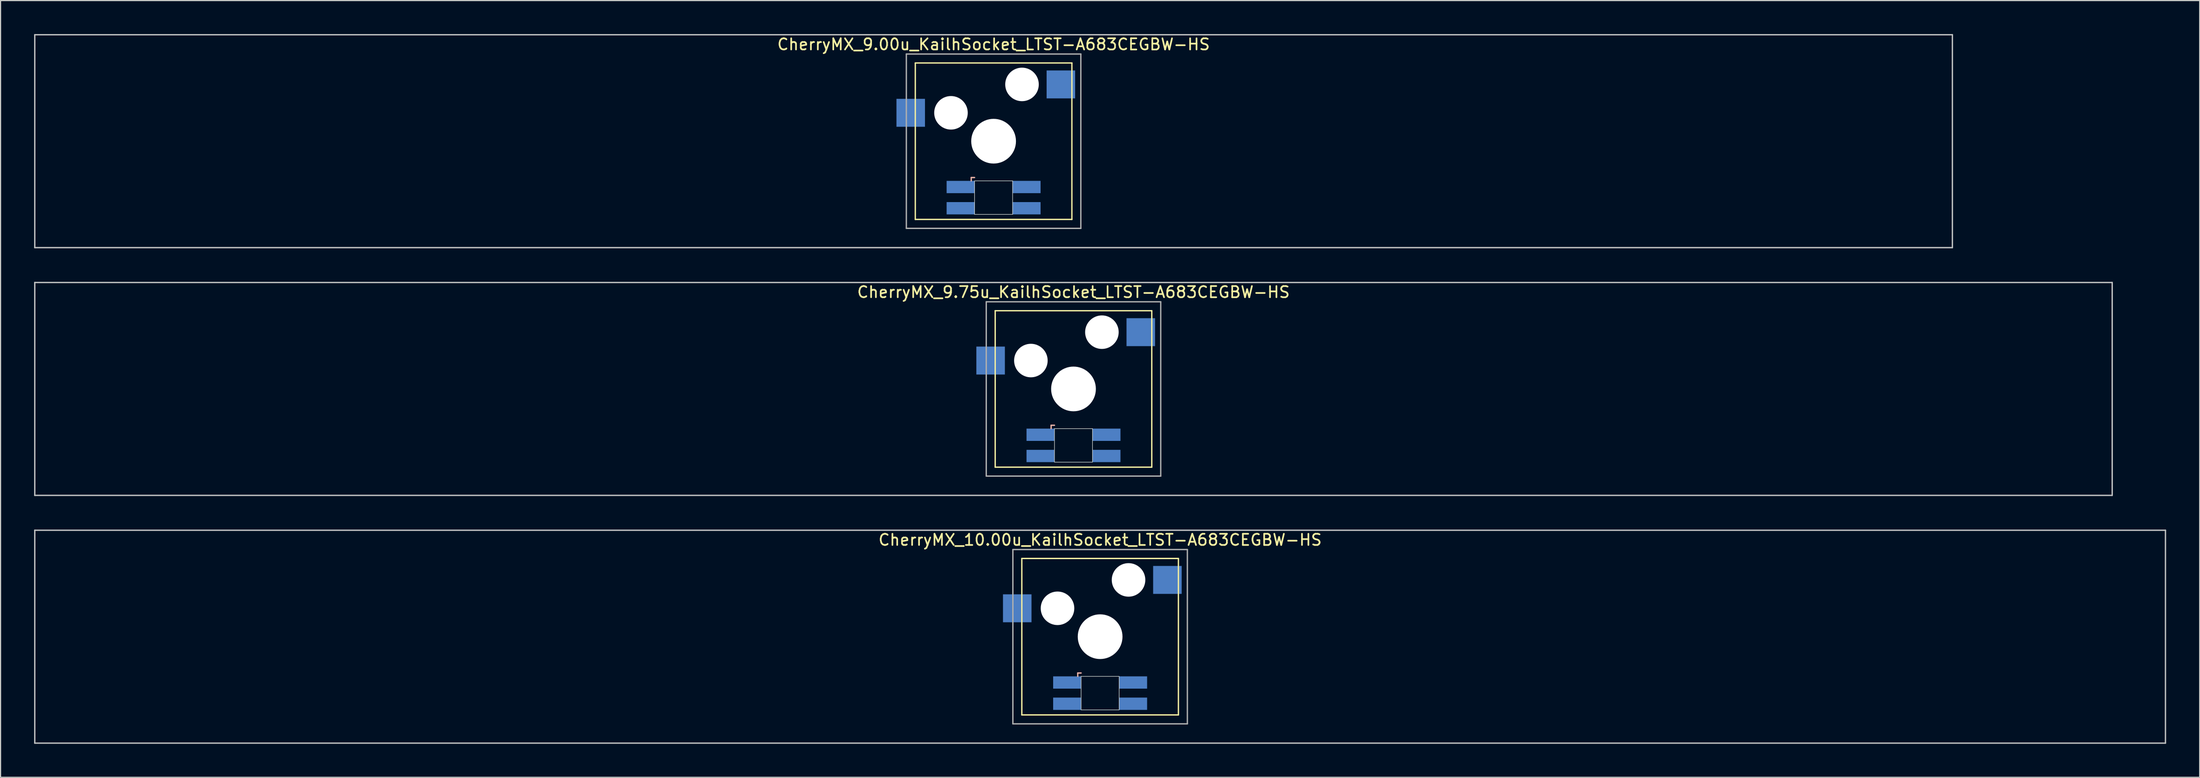
<source format=kicad_pcb>
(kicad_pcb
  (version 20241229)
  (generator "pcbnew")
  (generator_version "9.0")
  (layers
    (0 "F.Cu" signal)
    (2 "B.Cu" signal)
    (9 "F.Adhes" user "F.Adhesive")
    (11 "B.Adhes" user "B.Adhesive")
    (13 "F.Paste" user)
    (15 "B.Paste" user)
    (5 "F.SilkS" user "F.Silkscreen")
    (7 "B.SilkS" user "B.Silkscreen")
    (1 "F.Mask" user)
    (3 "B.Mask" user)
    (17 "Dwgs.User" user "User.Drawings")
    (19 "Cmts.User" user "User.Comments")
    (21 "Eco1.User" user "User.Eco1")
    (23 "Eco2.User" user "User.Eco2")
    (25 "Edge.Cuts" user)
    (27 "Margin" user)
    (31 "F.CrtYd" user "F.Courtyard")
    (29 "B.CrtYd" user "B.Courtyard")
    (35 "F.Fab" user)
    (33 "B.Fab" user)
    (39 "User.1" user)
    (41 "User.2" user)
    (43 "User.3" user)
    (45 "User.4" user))
  (footprint "CherryMX_9.75u_KailhSocket_LTST-A683CEGBW-HS"
    (layer "F.Cu")
    (at 92.929 31.755)
    (property "Reference" "CherryMX_9.75u_KailhSocket_LTST-A683CEGBW-HS" (at 0 -8.662 0) (layer "F.SilkS") (effects (font (size 1 1) (thickness 0.15))))
    (attr through_hole)
    (fp_line (start -7 -7) (end -7 7) (stroke (width 0.12) (type solid)) (layer "F.SilkS"))
    (fp_line (start -7 -7) (end 7 -7) (stroke (width 0.12) (type solid)) (layer "F.SilkS"))
    (fp_line (start 7 -7) (end 7 7) (stroke (width 0.12) (type solid)) (layer "F.SilkS"))
    (fp_line (start 7 7) (end -7 7) (stroke (width 0.12) (type solid)) (layer "F.SilkS"))
    (fp_line (start -2 3.25) (end -2 3.55) (stroke (width 0.12) (type solid)) (layer "B.SilkS"))
    (fp_line (start -1.7 3.25) (end -2 3.25) (stroke (width 0.12) (type solid)) (layer "B.SilkS"))
    (fp_line (start -92.869 -9.525) (end 92.869 -9.525) (stroke (width 0.12) (type solid)) (layer "Dwgs.User"))
    (fp_line (start -92.869 9.525) (end -92.869 -9.525) (stroke (width 0.12) (type solid)) (layer "Dwgs.User"))
    (fp_line (start 92.869 -9.525) (end 92.869 9.525) (stroke (width 0.12) (type solid)) (layer "Dwgs.User"))
    (fp_line (start 92.869 9.525) (end -92.869 9.525) (stroke (width 0.12) (type solid)) (layer "Dwgs.User"))
    (fp_line (start -1.7 3.55) (end 1.7 3.55) (stroke (width 0.05) (type solid)) (layer "Edge.Cuts"))
    (fp_line (start -1.7 6.55) (end -1.7 3.55) (stroke (width 0.05) (type solid)) (layer "Edge.Cuts"))
    (fp_line (start 1.7 3.55) (end 1.7 6.55) (stroke (width 0.05) (type solid)) (layer "Edge.Cuts"))
    (fp_line (start 1.7 6.55) (end -1.7 6.55) (stroke (width 0.05) (type solid)) (layer "Edge.Cuts"))
    (fp_line (start -7.8 -7.8) (end -7.8 7.8) (stroke (width 0.12) (type solid)) (layer "F.Fab"))
    (fp_line (start -7.8 -7.8) (end 7.8 -7.8) (stroke (width 0.12) (type solid)) (layer "F.Fab"))
    (fp_line (start -7.8 7.8) (end 7.8 7.8) (stroke (width 0.12) (type solid)) (layer "F.Fab"))
    (fp_line (start 7.8 -7.8) (end 7.8 7.8) (stroke (width 0.12) (type solid)) (layer "F.Fab"))
    (pad "" np_thru_hole circle (at -3.81 -2.54) (size 3 3) (drill 3) (layers "*.Cu" "*.Mask"))
    (pad "" np_thru_hole circle (at 0 0) (size 4 4) (drill 4) (layers "*.Cu" "*.Mask"))
    (pad "" np_thru_hole circle (at 2.54 -5.08) (size 3 3) (drill 3) (layers "*.Cu" "*.Mask"))
    (pad "1" smd rect (at -7.41 -2.54) (size 2.55 2.5) (layers "B.Cu" "B.Mask" "B.Paste"))
    (pad "2" smd rect (at 6.015 -5.08) (size 2.55 2.5) (layers "B.Cu" "B.Mask" "B.Paste"))
    (pad "3" smd rect (at -2.95 4.1) (size 2.5 1.1) (layers "B.Cu" "B.Mask" "B.Paste"))
    (pad "4" smd rect (at -2.95 6) (size 2.5 1.1) (layers "B.Cu" "B.Mask" "B.Paste"))
    (pad "5" smd rect (at 2.95 4.1) (size 2.5 1.1) (layers "B.Cu" "B.Mask" "B.Paste"))
    (pad "6" smd rect (at 2.95 6) (size 2.5 1.1) (layers "B.Cu" "B.Mask" "B.Paste")))
  (footprint "CherryMX_9.00u_KailhSocket_LTST-A683CEGBW-HS"
    (layer "F.Cu")
    (at 85.785 9.585)
    (property "Reference" "CherryMX_9.00u_KailhSocket_LTST-A683CEGBW-HS" (at 0 -8.662 0) (layer "F.SilkS") (effects (font (size 1 1) (thickness 0.15))))
    (attr through_hole)
    (fp_line (start -7 -7) (end -7 7) (stroke (width 0.12) (type solid)) (layer "F.SilkS"))
    (fp_line (start -7 -7) (end 7 -7) (stroke (width 0.12) (type solid)) (layer "F.SilkS"))
    (fp_line (start 7 -7) (end 7 7) (stroke (width 0.12) (type solid)) (layer "F.SilkS"))
    (fp_line (start 7 7) (end -7 7) (stroke (width 0.12) (type solid)) (layer "F.SilkS"))
    (fp_line (start -2 3.25) (end -2 3.55) (stroke (width 0.12) (type solid)) (layer "B.SilkS"))
    (fp_line (start -1.7 3.25) (end -2 3.25) (stroke (width 0.12) (type solid)) (layer "B.SilkS"))
    (fp_line (start -85.725 -9.525) (end 85.725 -9.525) (stroke (width 0.12) (type solid)) (layer "Dwgs.User"))
    (fp_line (start -85.725 9.525) (end -85.725 -9.525) (stroke (width 0.12) (type solid)) (layer "Dwgs.User"))
    (fp_line (start 85.725 -9.525) (end 85.725 9.525) (stroke (width 0.12) (type solid)) (layer "Dwgs.User"))
    (fp_line (start 85.725 9.525) (end -85.725 9.525) (stroke (width 0.12) (type solid)) (layer "Dwgs.User"))
    (fp_line (start -1.7 3.55) (end 1.7 3.55) (stroke (width 0.05) (type solid)) (layer "Edge.Cuts"))
    (fp_line (start -1.7 6.55) (end -1.7 3.55) (stroke (width 0.05) (type solid)) (layer "Edge.Cuts"))
    (fp_line (start 1.7 3.55) (end 1.7 6.55) (stroke (width 0.05) (type solid)) (layer "Edge.Cuts"))
    (fp_line (start 1.7 6.55) (end -1.7 6.55) (stroke (width 0.05) (type solid)) (layer "Edge.Cuts"))
    (fp_line (start -7.8 -7.8) (end -7.8 7.8) (stroke (width 0.12) (type solid)) (layer "F.Fab"))
    (fp_line (start -7.8 -7.8) (end 7.8 -7.8) (stroke (width 0.12) (type solid)) (layer "F.Fab"))
    (fp_line (start -7.8 7.8) (end 7.8 7.8) (stroke (width 0.12) (type solid)) (layer "F.Fab"))
    (fp_line (start 7.8 -7.8) (end 7.8 7.8) (stroke (width 0.12) (type solid)) (layer "F.Fab"))
    (pad "" np_thru_hole circle (at -3.81 -2.54) (size 3 3) (drill 3) (layers "*.Cu" "*.Mask"))
    (pad "" np_thru_hole circle (at 0 0) (size 4 4) (drill 4) (layers "*.Cu" "*.Mask"))
    (pad "" np_thru_hole circle (at 2.54 -5.08) (size 3 3) (drill 3) (layers "*.Cu" "*.Mask"))
    (pad "1" smd rect (at -7.41 -2.54) (size 2.55 2.5) (layers "B.Cu" "B.Mask" "B.Paste"))
    (pad "2" smd rect (at 6.015 -5.08) (size 2.55 2.5) (layers "B.Cu" "B.Mask" "B.Paste"))
    (pad "3" smd rect (at -2.95 4.1) (size 2.5 1.1) (layers "B.Cu" "B.Mask" "B.Paste"))
    (pad "4" smd rect (at -2.95 6) (size 2.5 1.1) (layers "B.Cu" "B.Mask" "B.Paste"))
    (pad "5" smd rect (at 2.95 4.1) (size 2.5 1.1) (layers "B.Cu" "B.Mask" "B.Paste"))
    (pad "6" smd rect (at 2.95 6) (size 2.5 1.1) (layers "B.Cu" "B.Mask" "B.Paste")))
  (footprint "CherryMX_10.00u_KailhSocket_LTST-A683CEGBW-HS"
    (layer "F.Cu")
    (at 95.31 53.925)
    (property "Reference" "CherryMX_10.00u_KailhSocket_LTST-A683CEGBW-HS" (at 0 -8.662 0) (layer "F.SilkS") (effects (font (size 1 1) (thickness 0.15))))
    (attr through_hole)
    (fp_line (start -7 -7) (end -7 7) (stroke (width 0.12) (type solid)) (layer "F.SilkS"))
    (fp_line (start -7 -7) (end 7 -7) (stroke (width 0.12) (type solid)) (layer "F.SilkS"))
    (fp_line (start 7 -7) (end 7 7) (stroke (width 0.12) (type solid)) (layer "F.SilkS"))
    (fp_line (start 7 7) (end -7 7) (stroke (width 0.12) (type solid)) (layer "F.SilkS"))
    (fp_line (start -2 3.25) (end -2 3.55) (stroke (width 0.12) (type solid)) (layer "B.SilkS"))
    (fp_line (start -1.7 3.25) (end -2 3.25) (stroke (width 0.12) (type solid)) (layer "B.SilkS"))
    (fp_line (start -95.25 -9.525) (end 95.25 -9.525) (stroke (width 0.12) (type solid)) (layer "Dwgs.User"))
    (fp_line (start -95.25 9.525) (end -95.25 -9.525) (stroke (width 0.12) (type solid)) (layer "Dwgs.User"))
    (fp_line (start 95.25 -9.525) (end 95.25 9.525) (stroke (width 0.12) (type solid)) (layer "Dwgs.User"))
    (fp_line (start 95.25 9.525) (end -95.25 9.525) (stroke (width 0.12) (type solid)) (layer "Dwgs.User"))
    (fp_line (start -1.7 3.55) (end 1.7 3.55) (stroke (width 0.05) (type solid)) (layer "Edge.Cuts"))
    (fp_line (start -1.7 6.55) (end -1.7 3.55) (stroke (width 0.05) (type solid)) (layer "Edge.Cuts"))
    (fp_line (start 1.7 3.55) (end 1.7 6.55) (stroke (width 0.05) (type solid)) (layer "Edge.Cuts"))
    (fp_line (start 1.7 6.55) (end -1.7 6.55) (stroke (width 0.05) (type solid)) (layer "Edge.Cuts"))
    (fp_line (start -7.8 -7.8) (end -7.8 7.8) (stroke (width 0.12) (type solid)) (layer "F.Fab"))
    (fp_line (start -7.8 -7.8) (end 7.8 -7.8) (stroke (width 0.12) (type solid)) (layer "F.Fab"))
    (fp_line (start -7.8 7.8) (end 7.8 7.8) (stroke (width 0.12) (type solid)) (layer "F.Fab"))
    (fp_line (start 7.8 -7.8) (end 7.8 7.8) (stroke (width 0.12) (type solid)) (layer "F.Fab"))
    (pad "" np_thru_hole circle (at -3.81 -2.54) (size 3 3) (drill 3) (layers "*.Cu" "*.Mask"))
    (pad "" np_thru_hole circle (at 0 0) (size 4 4) (drill 4) (layers "*.Cu" "*.Mask"))
    (pad "" np_thru_hole circle (at 2.54 -5.08) (size 3 3) (drill 3) (layers "*.Cu" "*.Mask"))
    (pad "1" smd rect (at -7.41 -2.54) (size 2.55 2.5) (layers "B.Cu" "B.Mask" "B.Paste"))
    (pad "2" smd rect (at 6.015 -5.08) (size 2.55 2.5) (layers "B.Cu" "B.Mask" "B.Paste"))
    (pad "3" smd rect (at -2.95 4.1) (size 2.5 1.1) (layers "B.Cu" "B.Mask" "B.Paste"))
    (pad "4" smd rect (at -2.95 6) (size 2.5 1.1) (layers "B.Cu" "B.Mask" "B.Paste"))
    (pad "5" smd rect (at 2.95 4.1) (size 2.5 1.1) (layers "B.Cu" "B.Mask" "B.Paste"))
    (pad "6" smd rect (at 2.95 6) (size 2.5 1.1) (layers "B.Cu" "B.Mask" "B.Paste")))
  (gr_rect
    (start -3 -3)
    (end 193.62 66.51)
    (stroke (width 0.1) (type default))
    (fill no)
    (layer "Edge.Cuts")))
</source>
